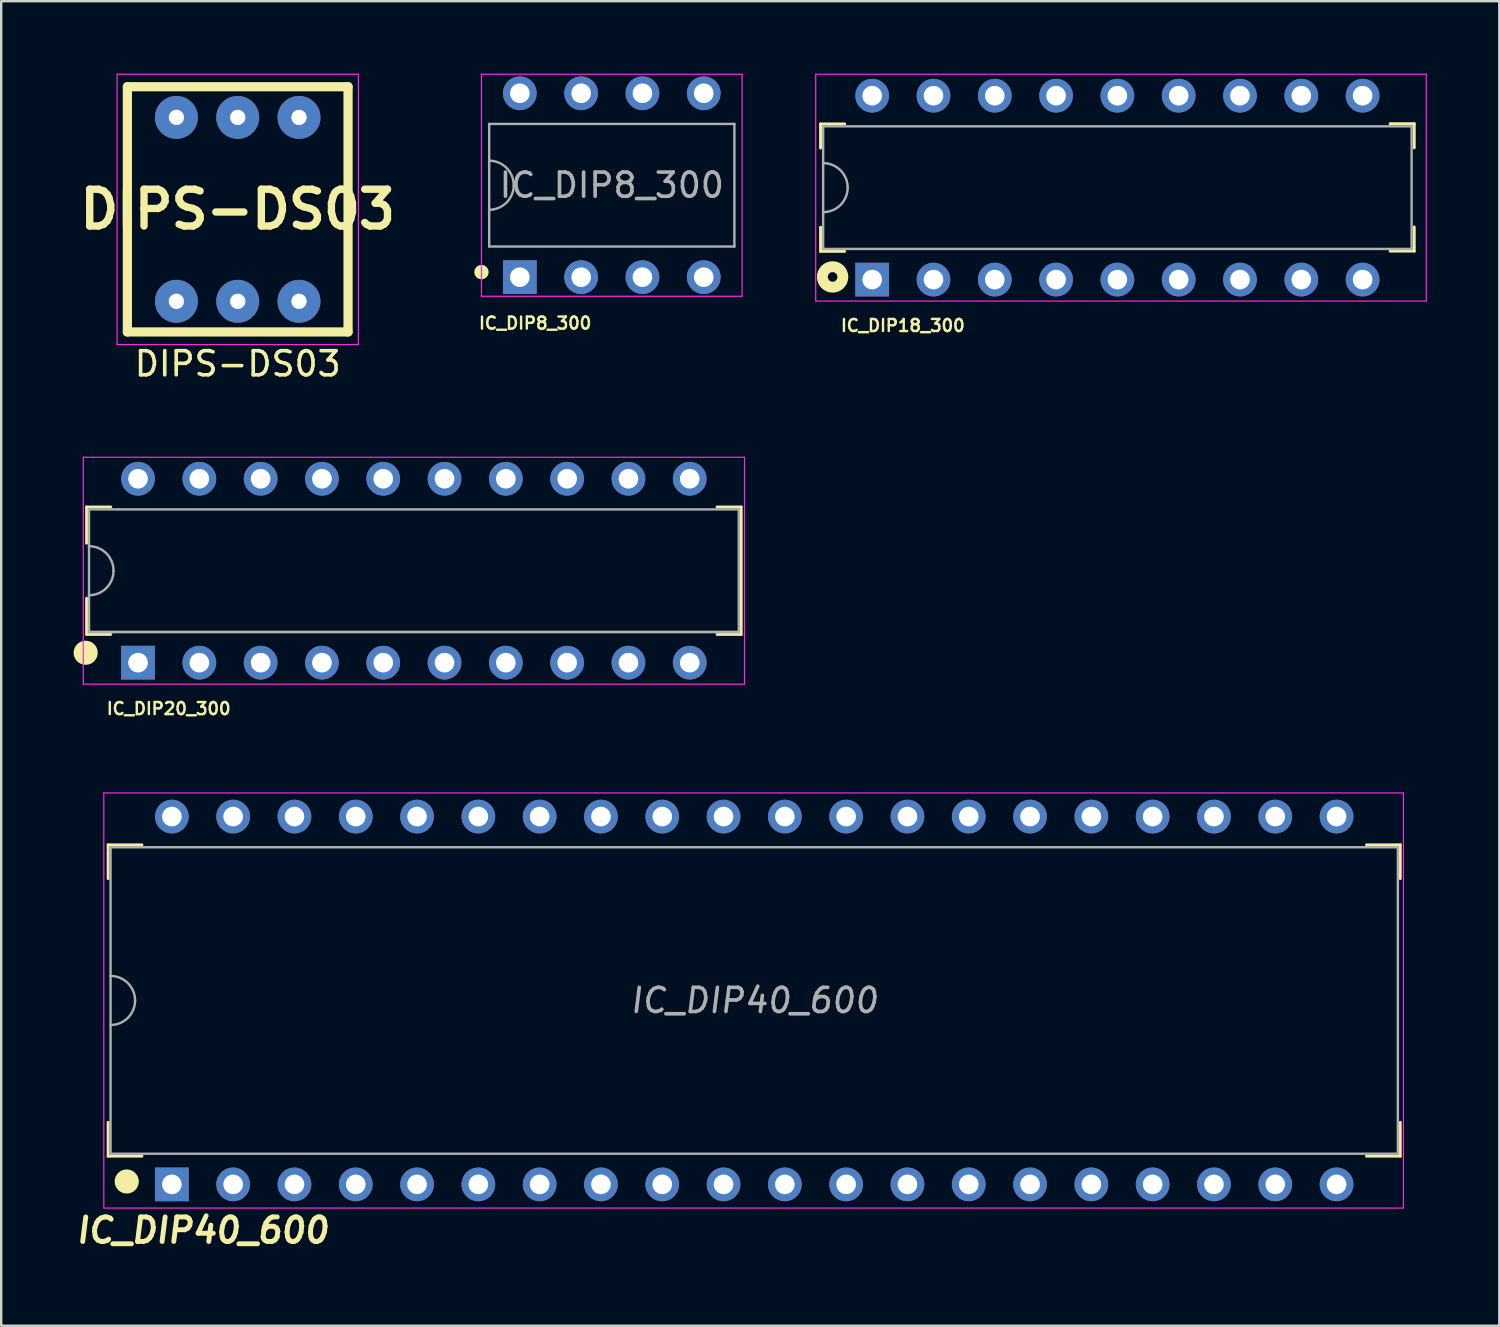
<source format=kicad_pcb>
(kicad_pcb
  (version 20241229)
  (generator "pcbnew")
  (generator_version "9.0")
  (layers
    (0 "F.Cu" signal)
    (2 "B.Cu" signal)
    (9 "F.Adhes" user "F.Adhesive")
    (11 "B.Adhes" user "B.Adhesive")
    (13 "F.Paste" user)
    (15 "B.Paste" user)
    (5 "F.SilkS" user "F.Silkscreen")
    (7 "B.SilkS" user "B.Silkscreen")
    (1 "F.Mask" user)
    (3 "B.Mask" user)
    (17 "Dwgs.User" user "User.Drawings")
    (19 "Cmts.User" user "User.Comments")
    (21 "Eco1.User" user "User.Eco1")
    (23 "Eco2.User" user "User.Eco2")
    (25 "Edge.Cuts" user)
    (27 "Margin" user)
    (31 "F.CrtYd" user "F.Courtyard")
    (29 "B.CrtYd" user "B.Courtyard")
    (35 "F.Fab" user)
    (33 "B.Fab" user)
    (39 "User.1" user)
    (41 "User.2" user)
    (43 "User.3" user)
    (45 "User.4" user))
  (footprint "IC_DIP20_300"
    (layer "F.Cu")
    (at 14.1 20.598)
    (property "Reference" "IC_DIP20_300" (at -10.16 5.715 180) (layer "F.SilkS") (effects (font (size 0.5 0.5) (thickness 0.1))))
    (attr through_hole)
    (fp_line (start -13.562 -2.64) (end -12.562 -2.64) (stroke (width 0.12) (type solid)) (layer "F.SilkS"))
    (fp_line (start -13.562 -1.14) (end -13.562 -2.64) (stroke (width 0.12) (type solid)) (layer "F.SilkS"))
    (fp_line (start -13.562 1.14) (end -13.562 2.64) (stroke (width 0.12) (type solid)) (layer "F.SilkS"))
    (fp_line (start -13.562 2.64) (end -12.562 2.64) (stroke (width 0.12) (type solid)) (layer "F.SilkS"))
    (fp_line (start 13.562 -2.64) (end 12.562 -2.64) (stroke (width 0.12) (type solid)) (layer "F.SilkS"))
    (fp_line (start 13.562 -2.64) (end 13.562 2.64) (stroke (width 0.12) (type solid)) (layer "F.SilkS"))
    (fp_line (start 13.562 2.64) (end 12.562 2.64) (stroke (width 0.12) (type solid)) (layer "F.SilkS"))
    (fp_circle (center -13.6 3.4) (end -13.35 3.4) (stroke (width 0.5) (type solid)) (fill no) (layer "F.SilkS"))
    (fp_line (start -13.7 -4.7) (end 13.7 -4.7) (stroke (width 0.05) (type solid)) (layer "F.CrtYd"))
    (fp_line (start -13.7 4.7) (end -13.7 -4.7) (stroke (width 0.05) (type solid)) (layer "F.CrtYd"))
    (fp_line (start 13.7 -4.7) (end 13.7 4.7) (stroke (width 0.05) (type solid)) (layer "F.CrtYd"))
    (fp_line (start 13.7 4.7) (end -13.7 4.7) (stroke (width 0.05) (type solid)) (layer "F.CrtYd"))
    (fp_line (start -13.462 -2.54) (end 13.462 -2.54) (stroke (width 0.1) (type solid)) (layer "F.Fab"))
    (fp_line (start -13.462 2.54) (end -13.462 -2.54) (stroke (width 0.1) (type solid)) (layer "F.Fab"))
    (fp_line (start 13.462 -2.54) (end 13.462 2.54) (stroke (width 0.1) (type solid)) (layer "F.Fab"))
    (fp_line (start 13.462 2.54) (end -13.462 2.54) (stroke (width 0.1) (type solid)) (layer "F.Fab"))
    (fp_line (start 13.462 2.54) (end -13.462 2.54) (stroke (width 0.1) (type solid)) (layer "F.Fab"))
    (fp_arc (start -13.462 -1.016) (mid -12.74358 -0.71842) (end -12.446 0) (stroke (width 0.1) (type solid)) (layer "F.Fab"))
    (fp_arc (start -12.446 0) (mid -12.74358 0.71842) (end -13.462 1.016) (stroke (width 0.1) (type solid)) (layer "F.Fab"))
    (pad "1" thru_hole rect (at -11.43 3.81) (size 1.397 1.397) (drill 0.813) (layers "*.Cu" "*.Mask"))
    (pad "2" thru_hole circle (at -8.89 3.81) (size 1.397 1.397) (drill 0.813) (layers "*.Cu" "*.Mask"))
    (pad "3" thru_hole circle (at -6.35 3.81) (size 1.397 1.397) (drill 0.813) (layers "*.Cu" "*.Mask"))
    (pad "4" thru_hole circle (at -3.81 3.81) (size 1.397 1.397) (drill 0.813) (layers "*.Cu" "*.Mask"))
    (pad "5" thru_hole circle (at -1.27 3.81) (size 1.397 1.397) (drill 0.813) (layers "*.Cu" "*.Mask"))
    (pad "6" thru_hole circle (at 1.27 3.81) (size 1.397 1.397) (drill 0.813) (layers "*.Cu" "*.Mask"))
    (pad "7" thru_hole circle (at 3.81 3.81) (size 1.397 1.397) (drill 0.813) (layers "*.Cu" "*.Mask"))
    (pad "8" thru_hole circle (at 6.35 3.81) (size 1.397 1.397) (drill 0.813) (layers "*.Cu" "*.Mask"))
    (pad "9" thru_hole circle (at 8.89 3.81) (size 1.397 1.397) (drill 0.813) (layers "*.Cu" "*.Mask"))
    (pad "10" thru_hole circle (at 11.43 3.81) (size 1.397 1.397) (drill 0.813) (layers "*.Cu" "*.Mask"))
    (pad "11" thru_hole circle (at 11.43 -3.81) (size 1.397 1.397) (drill 0.813) (layers "*.Cu" "*.Mask"))
    (pad "12" thru_hole circle (at 8.89 -3.81) (size 1.397 1.397) (drill 0.813) (layers "*.Cu" "*.Mask"))
    (pad "13" thru_hole circle (at 6.35 -3.81) (size 1.397 1.397) (drill 0.813) (layers "*.Cu" "*.Mask"))
    (pad "14" thru_hole circle (at 3.81 -3.81) (size 1.397 1.397) (drill 0.813) (layers "*.Cu" "*.Mask"))
    (pad "15" thru_hole circle (at 1.27 -3.81) (size 1.397 1.397) (drill 0.813) (layers "*.Cu" "*.Mask"))
    (pad "16" thru_hole circle (at -1.27 -3.81) (size 1.397 1.397) (drill 0.813) (layers "*.Cu" "*.Mask"))
    (pad "17" thru_hole circle (at -3.81 -3.81) (size 1.397 1.397) (drill 0.813) (layers "*.Cu" "*.Mask"))
    (pad "18" thru_hole circle (at -6.35 -3.81) (size 1.397 1.397) (drill 0.813) (layers "*.Cu" "*.Mask"))
    (pad "19" thru_hole circle (at -8.89 -3.81) (size 1.397 1.397) (drill 0.813) (layers "*.Cu" "*.Mask"))
    (pad "20" thru_hole circle (at -11.43 -3.81) (size 1.397 1.397) (drill 0.813) (layers "*.Cu" "*.Mask")))
  (footprint "DIPS-DS03"
    (layer "F.Cu")
    (at 6.8 5.625)
    (property "Reference" "DIPS-DS03" (at 0 0 0) (layer "F.SilkS") (effects (font (size 1.524 1.524) (thickness 0.305))))
    (attr through_hole)
    (fp_line (start -4.572 -5.08) (end -4.572 5.08) (stroke (width 0.381) (type solid)) (layer "F.SilkS"))
    (fp_line (start -4.572 -5.08) (end 4.572 -5.08) (stroke (width 0.381) (type solid)) (layer "F.SilkS"))
    (fp_line (start 4.572 -5.08) (end 4.572 5.08) (stroke (width 0.381) (type solid)) (layer "F.SilkS"))
    (fp_line (start 4.572 5.08) (end -4.572 5.08) (stroke (width 0.381) (type solid)) (layer "F.SilkS"))
    (fp_line (start -5 -5.6) (end -5 5.6) (stroke (width 0.05) (type solid)) (layer "F.CrtYd"))
    (fp_line (start -5 5.6) (end 5 5.6) (stroke (width 0.05) (type solid)) (layer "F.CrtYd"))
    (fp_line (start 5 -5.6) (end -5 -5.6) (stroke (width 0.05) (type solid)) (layer "F.CrtYd"))
    (fp_line (start 5 5.6) (end 5 -5.6) (stroke (width 0.05) (type solid)) (layer "F.CrtYd"))
    (fp_text user "DIPS-DS03" (at 0 6.4 180) (layer "F.SilkS") (effects (font (size 1 1) (thickness 0.15))))
    (pad "1" thru_hole circle (at -2.54 3.81) (size 1.778 1.778) (drill 0.635) (layers "*.Cu" "*.Mask"))
    (pad "2" thru_hole circle (at 0 3.81) (size 1.778 1.778) (drill 0.635) (layers "*.Cu" "*.Mask"))
    (pad "3" thru_hole circle (at 2.54 3.81) (size 1.778 1.778) (drill 0.635) (layers "*.Cu" "*.Mask"))
    (pad "4" thru_hole circle (at 2.54 -3.81) (size 1.778 1.778) (drill 0.635) (layers "*.Cu" "*.Mask"))
    (pad "5" thru_hole circle (at 0 -3.81) (size 1.778 1.778) (drill 0.635) (layers "*.Cu" "*.Mask"))
    (pad "6" thru_hole circle (at -2.54 -3.81) (size 1.778 1.778) (drill 0.635) (layers "*.Cu" "*.Mask")))
  (footprint "IC_DIP18_300"
    (layer "F.Cu")
    (at 43.25 4.725)
    (property "Reference" "IC_DIP18_300" (at -8.89 5.715 0) (layer "F.SilkS") (effects (font (size 0.5 0.5) (thickness 0.1))))
    (attr through_hole)
    (fp_line (start -12.3 -2.64) (end -12.3 -1.64) (stroke (width 0.12) (type solid)) (layer "F.SilkS"))
    (fp_line (start -12.3 -2.64) (end -11.3 -2.64) (stroke (width 0.12) (type solid)) (layer "F.SilkS"))
    (fp_line (start -12.3 2.64) (end -12.3 1.64) (stroke (width 0.12) (type solid)) (layer "F.SilkS"))
    (fp_line (start -12.3 2.64) (end -11.3 2.64) (stroke (width 0.12) (type solid)) (layer "F.SilkS"))
    (fp_line (start 12.3 -2.65) (end 11.3 -2.65) (stroke (width 0.12) (type solid)) (layer "F.SilkS"))
    (fp_line (start 12.3 -2.65) (end 12.3 -1.65) (stroke (width 0.12) (type solid)) (layer "F.SilkS"))
    (fp_line (start 12.3 2.63) (end 11.3 2.63) (stroke (width 0.12) (type solid)) (layer "F.SilkS"))
    (fp_line (start 12.3 2.63) (end 12.3 1.63) (stroke (width 0.12) (type solid)) (layer "F.SilkS"))
    (fp_circle (center -11.8 3.7) (end -11.6 3.7) (stroke (width 0.45) (type solid)) (fill no) (layer "F.SilkS"))
    (fp_line (start -12.5 -4.7) (end 12.8 -4.7) (stroke (width 0.05) (type solid)) (layer "F.CrtYd"))
    (fp_line (start -12.5 4.7) (end -12.5 -4.7) (stroke (width 0.05) (type solid)) (layer "F.CrtYd"))
    (fp_line (start -12.5 4.7) (end 12.8 4.7) (stroke (width 0.05) (type solid)) (layer "F.CrtYd"))
    (fp_line (start 12.8 4.7) (end 12.8 -4.7) (stroke (width 0.05) (type solid)) (layer "F.CrtYd"))
    (fp_line (start -12.192 -2.54) (end 12.192 -2.54) (stroke (width 0.1) (type solid)) (layer "F.Fab"))
    (fp_line (start -12.192 2.54) (end -12.192 -2.54) (stroke (width 0.1) (type solid)) (layer "F.Fab"))
    (fp_line (start 12.192 -2.54) (end 12.192 2.54) (stroke (width 0.1) (type solid)) (layer "F.Fab"))
    (fp_line (start 12.192 2.54) (end -12.192 2.54) (stroke (width 0.1) (type solid)) (layer "F.Fab"))
    (fp_arc (start -12.192 -1.016) (mid -11.47358 -0.71842) (end -11.176 0) (stroke (width 0.1) (type solid)) (layer "F.Fab"))
    (fp_arc (start -11.176 0) (mid -11.47358 0.71842) (end -12.192 1.016) (stroke (width 0.1) (type solid)) (layer "F.Fab"))
    (pad "1" thru_hole rect (at -10.16 3.81) (size 1.397 1.397) (drill 0.813) (layers "*.Cu" "*.Mask"))
    (pad "2" thru_hole circle (at -7.62 3.81) (size 1.397 1.397) (drill 0.813) (layers "*.Cu" "*.Mask"))
    (pad "3" thru_hole circle (at -5.08 3.81) (size 1.397 1.397) (drill 0.813) (layers "*.Cu" "*.Mask"))
    (pad "4" thru_hole circle (at -2.54 3.81) (size 1.397 1.397) (drill 0.813) (layers "*.Cu" "*.Mask"))
    (pad "5" thru_hole circle (at 0 3.81) (size 1.397 1.397) (drill 0.813) (layers "*.Cu" "*.Mask"))
    (pad "6" thru_hole circle (at 2.54 3.81) (size 1.397 1.397) (drill 0.813) (layers "*.Cu" "*.Mask"))
    (pad "7" thru_hole circle (at 5.08 3.81) (size 1.397 1.397) (drill 0.813) (layers "*.Cu" "*.Mask"))
    (pad "8" thru_hole circle (at 7.62 3.81) (size 1.397 1.397) (drill 0.813) (layers "*.Cu" "*.Mask"))
    (pad "9" thru_hole circle (at 10.16 3.81) (size 1.397 1.397) (drill 0.813) (layers "*.Cu" "*.Mask"))
    (pad "10" thru_hole circle (at 10.16 -3.81) (size 1.397 1.397) (drill 0.813) (layers "*.Cu" "*.Mask"))
    (pad "11" thru_hole circle (at 7.62 -3.81) (size 1.397 1.397) (drill 0.813) (layers "*.Cu" "*.Mask"))
    (pad "12" thru_hole circle (at 5.08 -3.81) (size 1.397 1.397) (drill 0.813) (layers "*.Cu" "*.Mask"))
    (pad "13" thru_hole circle (at 2.54 -3.81) (size 1.397 1.397) (drill 0.813) (layers "*.Cu" "*.Mask"))
    (pad "14" thru_hole circle (at 0 -3.81) (size 1.397 1.397) (drill 0.813) (layers "*.Cu" "*.Mask"))
    (pad "15" thru_hole circle (at -2.54 -3.81) (size 1.397 1.397) (drill 0.813) (layers "*.Cu" "*.Mask"))
    (pad "16" thru_hole circle (at -5.08 -3.81) (size 1.397 1.397) (drill 0.813) (layers "*.Cu" "*.Mask"))
    (pad "17" thru_hole circle (at -7.62 -3.81) (size 1.397 1.397) (drill 0.813) (layers "*.Cu" "*.Mask"))
    (pad "18" thru_hole circle (at -10.16 -3.81) (size 1.397 1.397) (drill 0.813) (layers "*.Cu" "*.Mask")))
  (footprint "IC_DIP40_600"
    (layer "F.Cu")
    (at 28.201 38.406)
    (property "Reference" "IC_DIP40_600" (at -22.86 9.525 0) (layer "F.SilkS") (effects (font (size 1.016 1.016) (thickness 0.203) (italic yes))))
    (attr through_hole)
    (fp_line (start -26.77 -6.45) (end -26.77 -5.05) (stroke (width 0.12) (type solid)) (layer "F.SilkS"))
    (fp_line (start -26.77 -6.45) (end -25.37 -6.45) (stroke (width 0.12) (type solid)) (layer "F.SilkS"))
    (fp_line (start -26.77 6.45) (end -26.77 5.05) (stroke (width 0.12) (type solid)) (layer "F.SilkS"))
    (fp_line (start -26.77 6.45) (end -25.37 6.45) (stroke (width 0.12) (type solid)) (layer "F.SilkS"))
    (fp_line (start 26.77 -6.45) (end 25.37 -6.45) (stroke (width 0.12) (type solid)) (layer "F.SilkS"))
    (fp_line (start 26.77 -6.45) (end 26.77 -5.05) (stroke (width 0.12) (type solid)) (layer "F.SilkS"))
    (fp_line (start 26.77 6.45) (end 25.37 6.45) (stroke (width 0.12) (type solid)) (layer "F.SilkS"))
    (fp_line (start 26.77 6.45) (end 26.77 5.05) (stroke (width 0.12) (type solid)) (layer "F.SilkS"))
    (fp_circle (center -26 7.5) (end -25.75 7.5) (stroke (width 0.5) (type solid)) (fill no) (layer "F.SilkS"))
    (fp_line (start -26.95 -8.6) (end -26.95 8.6) (stroke (width 0.05) (type solid)) (layer "F.CrtYd"))
    (fp_line (start -26.95 8.6) (end 26.9 8.6) (stroke (width 0.05) (type solid)) (layer "F.CrtYd"))
    (fp_line (start 26.9 -8.6) (end -26.95 -8.6) (stroke (width 0.05) (type solid)) (layer "F.CrtYd"))
    (fp_line (start 26.9 8.6) (end 26.9 -8.6) (stroke (width 0.05) (type solid)) (layer "F.CrtYd"))
    (fp_line (start -26.67 -6.35) (end 26.67 -6.35) (stroke (width 0.1) (type solid)) (layer "F.Fab"))
    (fp_line (start -26.67 6.35) (end -26.67 -6.35) (stroke (width 0.1) (type solid)) (layer "F.Fab"))
    (fp_line (start 26.67 -6.35) (end 26.67 6.35) (stroke (width 0.1) (type solid)) (layer "F.Fab"))
    (fp_line (start 26.67 6.35) (end -26.67 6.35) (stroke (width 0.1) (type solid)) (layer "F.Fab"))
    (fp_arc (start -26.67 -1.016) (mid -25.95158 -0.71842) (end -25.654 0) (stroke (width 0.1) (type solid)) (layer "F.Fab"))
    (fp_arc (start -25.654 0) (mid -25.95158 0.71842) (end -26.67 1.016) (stroke (width 0.1) (type solid)) (layer "F.Fab"))
    (fp_text user "${REFERENCE}" (at 0 0 0) (layer "F.Fab") (effects (font (size 1 1) (thickness 0.15) (italic yes))))
    (pad "1" thru_hole rect (at -24.13 7.62) (size 1.397 1.397) (drill 0.813) (layers "*.Cu" "*.Mask"))
    (pad "2" thru_hole circle (at -21.59 7.62) (size 1.397 1.397) (drill 0.813) (layers "*.Cu" "*.Mask"))
    (pad "3" thru_hole circle (at -19.05 7.62) (size 1.397 1.397) (drill 0.813) (layers "*.Cu" "*.Mask"))
    (pad "4" thru_hole circle (at -16.51 7.62) (size 1.397 1.397) (drill 0.813) (layers "*.Cu" "*.Mask"))
    (pad "5" thru_hole circle (at -13.97 7.62) (size 1.397 1.397) (drill 0.813) (layers "*.Cu" "*.Mask"))
    (pad "6" thru_hole circle (at -11.43 7.62) (size 1.397 1.397) (drill 0.813) (layers "*.Cu" "*.Mask"))
    (pad "7" thru_hole circle (at -8.89 7.62) (size 1.397 1.397) (drill 0.813) (layers "*.Cu" "*.Mask"))
    (pad "8" thru_hole circle (at -6.35 7.62) (size 1.397 1.397) (drill 0.813) (layers "*.Cu" "*.Mask"))
    (pad "9" thru_hole circle (at -3.81 7.62) (size 1.397 1.397) (drill 0.813) (layers "*.Cu" "*.Mask"))
    (pad "10" thru_hole circle (at -1.27 7.62) (size 1.397 1.397) (drill 0.813) (layers "*.Cu" "*.Mask"))
    (pad "11" thru_hole circle (at 1.27 7.62) (size 1.397 1.397) (drill 0.813) (layers "*.Cu" "*.Mask"))
    (pad "12" thru_hole circle (at 3.81 7.62) (size 1.397 1.397) (drill 0.813) (layers "*.Cu" "*.Mask"))
    (pad "13" thru_hole circle (at 6.35 7.62) (size 1.397 1.397) (drill 0.813) (layers "*.Cu" "*.Mask"))
    (pad "14" thru_hole circle (at 8.89 7.62) (size 1.397 1.397) (drill 0.813) (layers "*.Cu" "*.Mask"))
    (pad "15" thru_hole circle (at 11.43 7.62) (size 1.397 1.397) (drill 0.813) (layers "*.Cu" "*.Mask"))
    (pad "16" thru_hole circle (at 13.97 7.62) (size 1.397 1.397) (drill 0.813) (layers "*.Cu" "*.Mask"))
    (pad "17" thru_hole circle (at 16.51 7.62) (size 1.397 1.397) (drill 0.813) (layers "*.Cu" "*.Mask"))
    (pad "18" thru_hole circle (at 19.05 7.62) (size 1.397 1.397) (drill 0.813) (layers "*.Cu" "*.Mask"))
    (pad "19" thru_hole circle (at 21.59 7.62) (size 1.397 1.397) (drill 0.813) (layers "*.Cu" "*.Mask"))
    (pad "20" thru_hole circle (at 24.13 7.62) (size 1.397 1.397) (drill 0.813) (layers "*.Cu" "*.Mask"))
    (pad "21" thru_hole circle (at 24.13 -7.62) (size 1.397 1.397) (drill 0.813) (layers "*.Cu" "*.Mask"))
    (pad "22" thru_hole circle (at 21.59 -7.62) (size 1.397 1.397) (drill 0.813) (layers "*.Cu" "*.Mask"))
    (pad "23" thru_hole circle (at 19.05 -7.62) (size 1.397 1.397) (drill 0.813) (layers "*.Cu" "*.Mask"))
    (pad "24" thru_hole circle (at 16.51 -7.62) (size 1.397 1.397) (drill 0.813) (layers "*.Cu" "*.Mask"))
    (pad "25" thru_hole circle (at 13.97 -7.62) (size 1.397 1.397) (drill 0.813) (layers "*.Cu" "*.Mask"))
    (pad "26" thru_hole circle (at 11.43 -7.62) (size 1.397 1.397) (drill 0.813) (layers "*.Cu" "*.Mask"))
    (pad "27" thru_hole circle (at 8.89 -7.62) (size 1.397 1.397) (drill 0.813) (layers "*.Cu" "*.Mask"))
    (pad "28" thru_hole circle (at 6.35 -7.62) (size 1.397 1.397) (drill 0.813) (layers "*.Cu" "*.Mask"))
    (pad "29" thru_hole circle (at 3.81 -7.62) (size 1.397 1.397) (drill 0.813) (layers "*.Cu" "*.Mask"))
    (pad "30" thru_hole circle (at 1.27 -7.62) (size 1.397 1.397) (drill 0.813) (layers "*.Cu" "*.Mask"))
    (pad "31" thru_hole circle (at -1.27 -7.62) (size 1.397 1.397) (drill 0.813) (layers "*.Cu" "*.Mask"))
    (pad "32" thru_hole circle (at -3.81 -7.62) (size 1.397 1.397) (drill 0.813) (layers "*.Cu" "*.Mask"))
    (pad "33" thru_hole circle (at -6.35 -7.62) (size 1.397 1.397) (drill 0.813) (layers "*.Cu" "*.Mask"))
    (pad "34" thru_hole circle (at -8.89 -7.62) (size 1.397 1.397) (drill 0.813) (layers "*.Cu" "*.Mask"))
    (pad "35" thru_hole circle (at -11.43 -7.62) (size 1.397 1.397) (drill 0.813) (layers "*.Cu" "*.Mask"))
    (pad "36" thru_hole circle (at -13.97 -7.62) (size 1.397 1.397) (drill 0.813) (layers "*.Cu" "*.Mask"))
    (pad "37" thru_hole circle (at -16.51 -7.62) (size 1.397 1.397) (drill 0.813) (layers "*.Cu" "*.Mask"))
    (pad "38" thru_hole circle (at -19.05 -7.62) (size 1.397 1.397) (drill 0.813) (layers "*.Cu" "*.Mask"))
    (pad "39" thru_hole circle (at -21.59 -7.62) (size 1.397 1.397) (drill 0.813) (layers "*.Cu" "*.Mask"))
    (pad "40" thru_hole circle (at -24.13 -7.62) (size 1.397 1.397) (drill 0.813) (layers "*.Cu" "*.Mask")))
  (footprint "IC_DIP8_300"
    (layer "F.Cu")
    (at 22.3 4.625)
    (property "Reference" "IC_DIP8_300" (at -3.175 5.715 0) (layer "F.SilkS") (effects (font (size 0.5 0.5) (thickness 0.1))))
    (attr through_hole)
    (fp_circle (center -5.4 3.6) (end -5.25 3.6) (stroke (width 0.3) (type solid)) (fill no) (layer "F.SilkS"))
    (fp_line (start -5.4 -4.6) (end -5.4 4.6) (stroke (width 0.05) (type solid)) (layer "F.CrtYd"))
    (fp_line (start -5.4 4.6) (end 5.4 4.6) (stroke (width 0.05) (type solid)) (layer "F.CrtYd"))
    (fp_line (start 5.4 -4.6) (end -5.4 -4.6) (stroke (width 0.05) (type solid)) (layer "F.CrtYd"))
    (fp_line (start 5.4 4.6) (end 5.4 -4.6) (stroke (width 0.05) (type solid)) (layer "F.CrtYd"))
    (fp_line (start -5.08 -2.54) (end 5.08 -2.54) (stroke (width 0.1) (type solid)) (layer "F.Fab"))
    (fp_line (start -5.08 2.54) (end -5.08 -2.54) (stroke (width 0.1) (type solid)) (layer "F.Fab"))
    (fp_line (start 5.08 -2.54) (end 5.08 2.54) (stroke (width 0.1) (type solid)) (layer "F.Fab"))
    (fp_line (start 5.08 2.54) (end -5.08 2.54) (stroke (width 0.1) (type solid)) (layer "F.Fab"))
    (fp_arc (start -5.08 -1.016) (mid -4.36158 -0.71842) (end -4.064 0) (stroke (width 0.1) (type solid)) (layer "F.Fab"))
    (fp_arc (start -4.064 0) (mid -4.36158 0.71842) (end -5.08 1.016) (stroke (width 0.1) (type solid)) (layer "F.Fab"))
    (fp_text user "${REFERENCE}" (at 0 0 0) (layer "F.Fab") (effects (font (size 1 1) (thickness 0.15))))
    (pad "1" thru_hole rect (at -3.81 3.81) (size 1.397 1.397) (drill 0.813) (layers "*.Cu" "*.Mask"))
    (pad "2" thru_hole circle (at -1.27 3.81) (size 1.397 1.397) (drill 0.813) (layers "*.Cu" "*.Mask"))
    (pad "3" thru_hole circle (at 1.27 3.81) (size 1.397 1.397) (drill 0.813) (layers "*.Cu" "*.Mask"))
    (pad "4" thru_hole circle (at 3.81 3.81) (size 1.397 1.397) (drill 0.813) (layers "*.Cu" "*.Mask"))
    (pad "5" thru_hole circle (at 3.81 -3.81) (size 1.397 1.397) (drill 0.813) (layers "*.Cu" "*.Mask"))
    (pad "6" thru_hole circle (at 1.27 -3.81) (size 1.397 1.397) (drill 0.813) (layers "*.Cu" "*.Mask"))
    (pad "7" thru_hole circle (at -1.27 -3.81) (size 1.397 1.397) (drill 0.813) (layers "*.Cu" "*.Mask"))
    (pad "8" thru_hole circle (at -3.81 -3.81) (size 1.397 1.397) (drill 0.813) (layers "*.Cu" "*.Mask")))
  (gr_rect
    (start -3 -3)
    (end 59.075 51.882)
    (stroke (width 0.1) (type default))
    (fill no)
    (layer "Edge.Cuts")))
</source>
